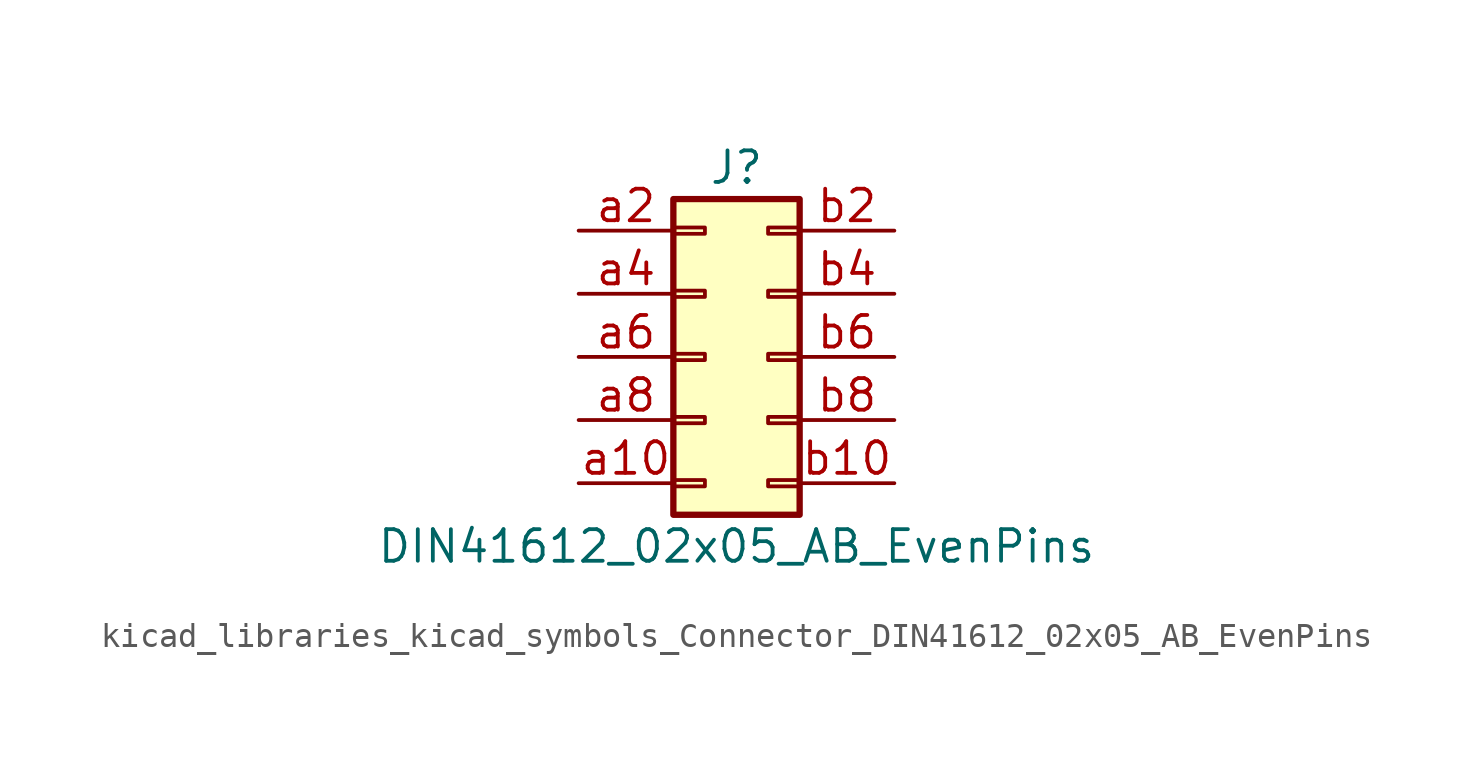
<source format=kicad_sym>
(kicad_symbol_lib
  (version 20220914)
  (generator kicad_symbol_editor)
  (symbol "kicad_libraries_kicad_symbols_Connector_DIN41612_02x05_AB_EvenPins"
    (pin_names
      (offset 1.016) hide)
    (property "Reference" "J"
      (at 1.27 7.62 0)
      (effects (font (size 1.27 1.27))))
    (property "Value" "DIN41612_02x05_AB_EvenPins"
      (at 1.27 -7.62 0)
      (effects (font (size 1.27 1.27))))
    (symbol "kicad_libraries_kicad_symbols_Connector_DIN41612_02x05_AB_EvenPins_1_1"
      (rectangle (start -1.27 -4.953) (end 0 -5.207) (stroke (width 0.152) (type default)) (fill (type none)))
      (rectangle (start -1.27 -2.413) (end 0 -2.667) (stroke (width 0.152) (type default)) (fill (type none)))
      (rectangle (start -1.27 0.127) (end 0 -0.127) (stroke (width 0.152) (type default)) (fill (type none)))
      (rectangle (start -1.27 2.667) (end 0 2.413) (stroke (width 0.152) (type default)) (fill (type none)))
      (rectangle (start -1.27 5.207) (end 0 4.953) (stroke (width 0.152) (type default)) (fill (type none)))
      (rectangle (start -1.27 6.35) (end 3.81 -6.35) (stroke (width 0.254) (type default)) (fill (type background)))
      (rectangle (start 3.81 -4.953) (end 2.54 -5.207) (stroke (width 0.152) (type default)) (fill (type none)))
      (rectangle (start 3.81 -2.413) (end 2.54 -2.667) (stroke (width 0.152) (type default)) (fill (type none)))
      (rectangle (start 3.81 0.127) (end 2.54 -0.127) (stroke (width 0.152) (type default)) (fill (type none)))
      (rectangle (start 3.81 2.667) (end 2.54 2.413) (stroke (width 0.152) (type default)) (fill (type none)))
      (rectangle (start 3.81 5.207) (end 2.54 4.953) (stroke (width 0.152) (type default)) (fill (type none)))
      (pin passive line (at -5.08 -5.08 0) (length 3.81) (name "Pin_a10" (effects (font (size 1.27 1.27)))) (number "a10" (effects (font (size 1.27 1.27)))))
      (pin passive line (at -5.08 5.08 0) (length 3.81) (name "Pin_a2" (effects (font (size 1.27 1.27)))) (number "a2" (effects (font (size 1.27 1.27)))))
      (pin passive line (at -5.08 2.54 0) (length 3.81) (name "Pin_a4" (effects (font (size 1.27 1.27)))) (number "a4" (effects (font (size 1.27 1.27)))))
      (pin passive line (at -5.08 0 0) (length 3.81) (name "Pin_a6" (effects (font (size 1.27 1.27)))) (number "a6" (effects (font (size 1.27 1.27)))))
      (pin passive line (at -5.08 -2.54 0) (length 3.81) (name "Pin_a8" (effects (font (size 1.27 1.27)))) (number "a8" (effects (font (size 1.27 1.27)))))
      (pin passive line (at 7.62 -5.08 180) (length 3.81) (name "Pin_b10" (effects (font (size 1.27 1.27)))) (number "b10" (effects (font (size 1.27 1.27)))))
      (pin passive line (at 7.62 5.08 180) (length 3.81) (name "Pin_b2" (effects (font (size 1.27 1.27)))) (number "b2" (effects (font (size 1.27 1.27)))))
      (pin passive line (at 7.62 2.54 180) (length 3.81) (name "Pin_b4" (effects (font (size 1.27 1.27)))) (number "b4" (effects (font (size 1.27 1.27)))))
      (pin passive line (at 7.62 0 180) (length 3.81) (name "Pin_b6" (effects (font (size 1.27 1.27)))) (number "b6" (effects (font (size 1.27 1.27)))))
      (pin passive line (at 7.62 -2.54 180) (length 3.81) (name "Pin_b8" (effects (font (size 1.27 1.27)))) (number "b8" (effects (font (size 1.27 1.27))))))))
</source>
